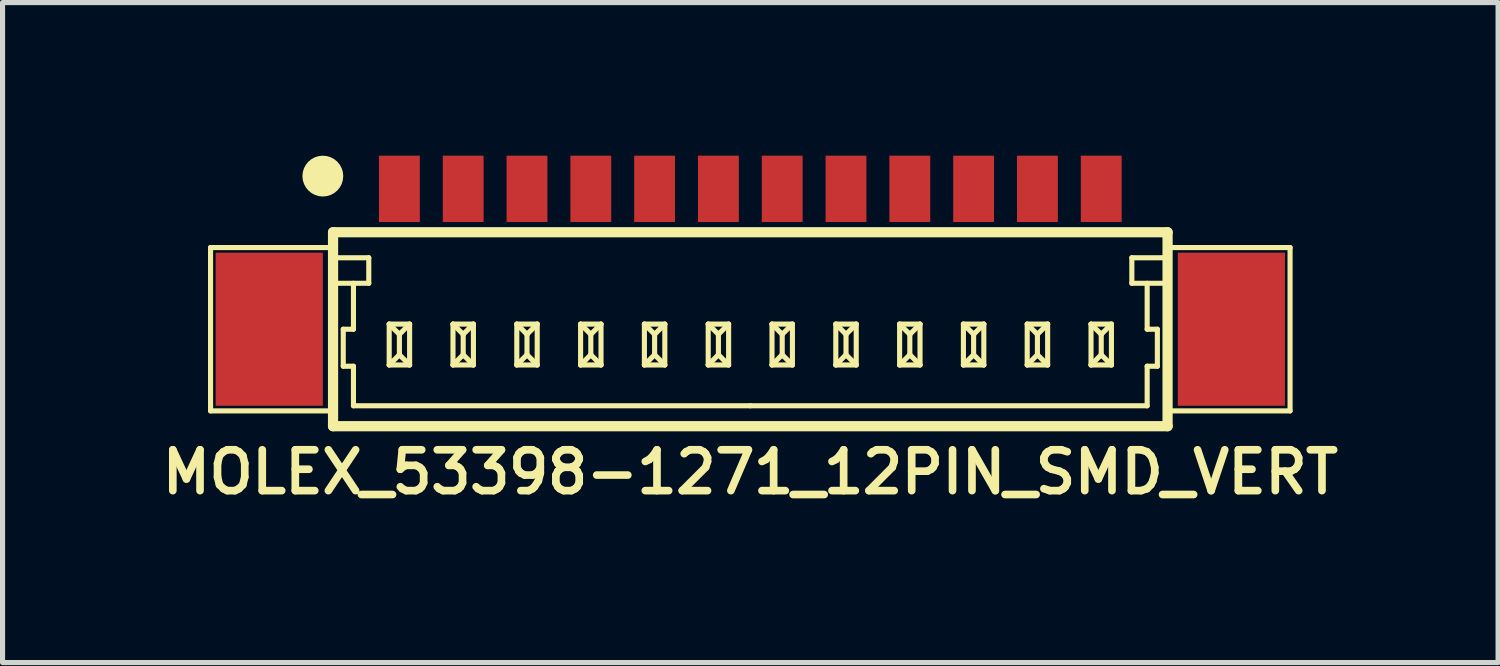
<source format=kicad_pcb>
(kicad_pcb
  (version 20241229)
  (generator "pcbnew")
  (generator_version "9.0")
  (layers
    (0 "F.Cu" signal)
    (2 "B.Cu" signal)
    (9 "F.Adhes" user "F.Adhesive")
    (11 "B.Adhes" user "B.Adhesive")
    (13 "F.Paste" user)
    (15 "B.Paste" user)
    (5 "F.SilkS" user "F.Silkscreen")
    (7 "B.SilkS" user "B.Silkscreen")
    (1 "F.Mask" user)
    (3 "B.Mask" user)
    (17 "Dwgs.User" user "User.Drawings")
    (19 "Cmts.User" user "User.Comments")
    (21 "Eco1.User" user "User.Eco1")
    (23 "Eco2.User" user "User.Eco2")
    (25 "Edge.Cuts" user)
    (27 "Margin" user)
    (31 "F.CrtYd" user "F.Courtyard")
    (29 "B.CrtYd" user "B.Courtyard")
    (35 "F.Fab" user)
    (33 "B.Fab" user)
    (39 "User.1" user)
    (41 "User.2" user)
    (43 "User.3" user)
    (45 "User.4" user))
  (footprint "MOLEX_53398-1271_12PIN_SMD_VERT"
    (layer "F.Cu")
    (at 11.65 3.4)
    (property "Reference" "MOLEX_53398-1271_12PIN_SMD_VERT" (at 0 2.8 0) (layer "F.SilkS") (effects (font (size 0.8 0.8) (thickness 0.15))))
    (attr through_hole)
    (fp_line (start -10.575 -1.6) (end -8.175 -1.6) (stroke (width 0.1) (type solid)) (layer "F.SilkS"))
    (fp_line (start -10.575 1.6) (end -10.575 -1.6) (stroke (width 0.1) (type solid)) (layer "F.SilkS"))
    (fp_line (start -8.175 -1.9) (end -8.175 1.9) (stroke (width 0.2) (type solid)) (layer "F.SilkS"))
    (fp_line (start -8.175 -1.9) (end 8.175 -1.9) (stroke (width 0.2) (type solid)) (layer "F.SilkS"))
    (fp_line (start -8.175 -0.9) (end -7.475 -0.9) (stroke (width 0.1) (type solid)) (layer "F.SilkS"))
    (fp_line (start -8.175 1.6) (end -10.575 1.6) (stroke (width 0.1) (type solid)) (layer "F.SilkS"))
    (fp_line (start -8.175 1.9) (end 8.175 1.9) (stroke (width 0.2) (type solid)) (layer "F.SilkS"))
    (fp_line (start -7.975 0) (end -7.775 0) (stroke (width 0.1) (type solid)) (layer "F.SilkS"))
    (fp_line (start -7.975 0.725) (end -7.975 0) (stroke (width 0.1) (type solid)) (layer "F.SilkS"))
    (fp_line (start -7.775 0) (end -7.775 -0.9) (stroke (width 0.1) (type solid)) (layer "F.SilkS"))
    (fp_line (start -7.775 0.725) (end -7.975 0.725) (stroke (width 0.1) (type solid)) (layer "F.SilkS"))
    (fp_line (start -7.775 1.5) (end -7.775 0.725) (stroke (width 0.1) (type solid)) (layer "F.SilkS"))
    (fp_line (start -7.475 -1.4) (end -8.175 -1.4) (stroke (width 0.1) (type solid)) (layer "F.SilkS"))
    (fp_line (start -7.475 -0.9) (end -7.475 -1.4) (stroke (width 0.1) (type solid)) (layer "F.SilkS"))
    (fp_line (start -7.075 -0.1) (end -7.075 0.7) (stroke (width 0.1) (type solid)) (layer "F.SilkS"))
    (fp_line (start -7.075 -0.1) (end -6.875 0.1) (stroke (width 0.1) (type solid)) (layer "F.SilkS"))
    (fp_line (start -7.075 -0.1) (end -6.675 -0.1) (stroke (width 0.1) (type solid)) (layer "F.SilkS"))
    (fp_line (start -7.075 0.7) (end -6.875 0.5) (stroke (width 0.1) (type solid)) (layer "F.SilkS"))
    (fp_line (start -7.075 0.7) (end -6.675 0.7) (stroke (width 0.1) (type solid)) (layer "F.SilkS"))
    (fp_line (start -6.875 0.1) (end -6.675 -0.1) (stroke (width 0.1) (type solid)) (layer "F.SilkS"))
    (fp_line (start -6.875 0.5) (end -6.875 0.1) (stroke (width 0.1) (type solid)) (layer "F.SilkS"))
    (fp_line (start -6.875 0.5) (end -6.675 0.7) (stroke (width 0.1) (type solid)) (layer "F.SilkS"))
    (fp_line (start -6.675 -0.1) (end -6.675 0.7) (stroke (width 0.1) (type solid)) (layer "F.SilkS"))
    (fp_line (start -5.825 -0.1) (end -5.825 0.7) (stroke (width 0.1) (type solid)) (layer "F.SilkS"))
    (fp_line (start -5.825 -0.1) (end -5.625 0.1) (stroke (width 0.1) (type solid)) (layer "F.SilkS"))
    (fp_line (start -5.825 -0.1) (end -5.425 -0.1) (stroke (width 0.1) (type solid)) (layer "F.SilkS"))
    (fp_line (start -5.825 0.7) (end -5.625 0.5) (stroke (width 0.1) (type solid)) (layer "F.SilkS"))
    (fp_line (start -5.825 0.7) (end -5.425 0.7) (stroke (width 0.1) (type solid)) (layer "F.SilkS"))
    (fp_line (start -5.625 0.1) (end -5.425 -0.1) (stroke (width 0.1) (type solid)) (layer "F.SilkS"))
    (fp_line (start -5.625 0.5) (end -5.625 0.1) (stroke (width 0.1) (type solid)) (layer "F.SilkS"))
    (fp_line (start -5.625 0.5) (end -5.425 0.7) (stroke (width 0.1) (type solid)) (layer "F.SilkS"))
    (fp_line (start -5.425 -0.1) (end -5.425 0.7) (stroke (width 0.1) (type solid)) (layer "F.SilkS"))
    (fp_line (start -4.575 -0.1) (end -4.575 0.7) (stroke (width 0.1) (type solid)) (layer "F.SilkS"))
    (fp_line (start -4.575 -0.1) (end -4.375 0.1) (stroke (width 0.1) (type solid)) (layer "F.SilkS"))
    (fp_line (start -4.575 -0.1) (end -4.175 -0.1) (stroke (width 0.1) (type solid)) (layer "F.SilkS"))
    (fp_line (start -4.575 0.7) (end -4.375 0.5) (stroke (width 0.1) (type solid)) (layer "F.SilkS"))
    (fp_line (start -4.575 0.7) (end -4.175 0.7) (stroke (width 0.1) (type solid)) (layer "F.SilkS"))
    (fp_line (start -4.375 0.1) (end -4.175 -0.1) (stroke (width 0.1) (type solid)) (layer "F.SilkS"))
    (fp_line (start -4.375 0.5) (end -4.375 0.1) (stroke (width 0.1) (type solid)) (layer "F.SilkS"))
    (fp_line (start -4.375 0.5) (end -4.175 0.7) (stroke (width 0.1) (type solid)) (layer "F.SilkS"))
    (fp_line (start -4.175 -0.1) (end -4.175 0.7) (stroke (width 0.1) (type solid)) (layer "F.SilkS"))
    (fp_line (start -3.325 -0.1) (end -3.325 0.7) (stroke (width 0.1) (type solid)) (layer "F.SilkS"))
    (fp_line (start -3.325 -0.1) (end -3.125 0.1) (stroke (width 0.1) (type solid)) (layer "F.SilkS"))
    (fp_line (start -3.325 -0.1) (end -2.925 -0.1) (stroke (width 0.1) (type solid)) (layer "F.SilkS"))
    (fp_line (start -3.325 0.7) (end -3.125 0.5) (stroke (width 0.1) (type solid)) (layer "F.SilkS"))
    (fp_line (start -3.325 0.7) (end -2.925 0.7) (stroke (width 0.1) (type solid)) (layer "F.SilkS"))
    (fp_line (start -3.125 0.1) (end -2.925 -0.1) (stroke (width 0.1) (type solid)) (layer "F.SilkS"))
    (fp_line (start -3.125 0.5) (end -3.125 0.1) (stroke (width 0.1) (type solid)) (layer "F.SilkS"))
    (fp_line (start -3.125 0.5) (end -2.925 0.7) (stroke (width 0.1) (type solid)) (layer "F.SilkS"))
    (fp_line (start -2.925 -0.1) (end -2.925 0.7) (stroke (width 0.1) (type solid)) (layer "F.SilkS"))
    (fp_line (start -2.075 -0.1) (end -2.075 0.7) (stroke (width 0.1) (type solid)) (layer "F.SilkS"))
    (fp_line (start -2.075 -0.1) (end -1.875 0.1) (stroke (width 0.1) (type solid)) (layer "F.SilkS"))
    (fp_line (start -2.075 -0.1) (end -1.675 -0.1) (stroke (width 0.1) (type solid)) (layer "F.SilkS"))
    (fp_line (start -2.075 0.7) (end -1.875 0.5) (stroke (width 0.1) (type solid)) (layer "F.SilkS"))
    (fp_line (start -2.075 0.7) (end -1.675 0.7) (stroke (width 0.1) (type solid)) (layer "F.SilkS"))
    (fp_line (start -1.875 0.1) (end -1.675 -0.1) (stroke (width 0.1) (type solid)) (layer "F.SilkS"))
    (fp_line (start -1.875 0.5) (end -1.875 0.1) (stroke (width 0.1) (type solid)) (layer "F.SilkS"))
    (fp_line (start -1.875 0.5) (end -1.675 0.7) (stroke (width 0.1) (type solid)) (layer "F.SilkS"))
    (fp_line (start -1.675 -0.1) (end -1.675 0.7) (stroke (width 0.1) (type solid)) (layer "F.SilkS"))
    (fp_line (start -0.825 -0.1) (end -0.825 0.7) (stroke (width 0.1) (type solid)) (layer "F.SilkS"))
    (fp_line (start -0.825 -0.1) (end -0.625 0.1) (stroke (width 0.1) (type solid)) (layer "F.SilkS"))
    (fp_line (start -0.825 -0.1) (end -0.425 -0.1) (stroke (width 0.1) (type solid)) (layer "F.SilkS"))
    (fp_line (start -0.825 0.7) (end -0.625 0.5) (stroke (width 0.1) (type solid)) (layer "F.SilkS"))
    (fp_line (start -0.825 0.7) (end -0.425 0.7) (stroke (width 0.1) (type solid)) (layer "F.SilkS"))
    (fp_line (start -0.625 0.1) (end -0.425 -0.1) (stroke (width 0.1) (type solid)) (layer "F.SilkS"))
    (fp_line (start -0.625 0.5) (end -0.625 0.1) (stroke (width 0.1) (type solid)) (layer "F.SilkS"))
    (fp_line (start -0.625 0.5) (end -0.425 0.7) (stroke (width 0.1) (type solid)) (layer "F.SilkS"))
    (fp_line (start -0.425 -0.1) (end -0.425 0.7) (stroke (width 0.1) (type solid)) (layer "F.SilkS"))
    (fp_line (start 0 1.5) (end -7.775 1.5) (stroke (width 0.1) (type solid)) (layer "F.SilkS"))
    (fp_line (start 0 1.5) (end 7.775 1.5) (stroke (width 0.1) (type solid)) (layer "F.SilkS"))
    (fp_line (start 0.425 -0.1) (end 0.425 0.7) (stroke (width 0.1) (type solid)) (layer "F.SilkS"))
    (fp_line (start 0.425 -0.1) (end 0.625 0.1) (stroke (width 0.1) (type solid)) (layer "F.SilkS"))
    (fp_line (start 0.425 -0.1) (end 0.825 -0.1) (stroke (width 0.1) (type solid)) (layer "F.SilkS"))
    (fp_line (start 0.425 0.7) (end 0.625 0.5) (stroke (width 0.1) (type solid)) (layer "F.SilkS"))
    (fp_line (start 0.425 0.7) (end 0.825 0.7) (stroke (width 0.1) (type solid)) (layer "F.SilkS"))
    (fp_line (start 0.625 0.1) (end 0.825 -0.1) (stroke (width 0.1) (type solid)) (layer "F.SilkS"))
    (fp_line (start 0.625 0.5) (end 0.625 0.1) (stroke (width 0.1) (type solid)) (layer "F.SilkS"))
    (fp_line (start 0.625 0.5) (end 0.825 0.7) (stroke (width 0.1) (type solid)) (layer "F.SilkS"))
    (fp_line (start 0.825 -0.1) (end 0.825 0.7) (stroke (width 0.1) (type solid)) (layer "F.SilkS"))
    (fp_line (start 1.675 -0.1) (end 1.675 0.7) (stroke (width 0.1) (type solid)) (layer "F.SilkS"))
    (fp_line (start 1.675 -0.1) (end 1.875 0.1) (stroke (width 0.1) (type solid)) (layer "F.SilkS"))
    (fp_line (start 1.675 -0.1) (end 2.075 -0.1) (stroke (width 0.1) (type solid)) (layer "F.SilkS"))
    (fp_line (start 1.675 0.7) (end 1.875 0.5) (stroke (width 0.1) (type solid)) (layer "F.SilkS"))
    (fp_line (start 1.675 0.7) (end 2.075 0.7) (stroke (width 0.1) (type solid)) (layer "F.SilkS"))
    (fp_line (start 1.875 0.1) (end 2.075 -0.1) (stroke (width 0.1) (type solid)) (layer "F.SilkS"))
    (fp_line (start 1.875 0.5) (end 1.875 0.1) (stroke (width 0.1) (type solid)) (layer "F.SilkS"))
    (fp_line (start 1.875 0.5) (end 2.075 0.7) (stroke (width 0.1) (type solid)) (layer "F.SilkS"))
    (fp_line (start 2.075 -0.1) (end 2.075 0.7) (stroke (width 0.1) (type solid)) (layer "F.SilkS"))
    (fp_line (start 2.925 -0.1) (end 2.925 0.7) (stroke (width 0.1) (type solid)) (layer "F.SilkS"))
    (fp_line (start 2.925 -0.1) (end 3.125 0.1) (stroke (width 0.1) (type solid)) (layer "F.SilkS"))
    (fp_line (start 2.925 -0.1) (end 3.325 -0.1) (stroke (width 0.1) (type solid)) (layer "F.SilkS"))
    (fp_line (start 2.925 0.7) (end 3.125 0.5) (stroke (width 0.1) (type solid)) (layer "F.SilkS"))
    (fp_line (start 2.925 0.7) (end 3.325 0.7) (stroke (width 0.1) (type solid)) (layer "F.SilkS"))
    (fp_line (start 3.125 0.1) (end 3.325 -0.1) (stroke (width 0.1) (type solid)) (layer "F.SilkS"))
    (fp_line (start 3.125 0.5) (end 3.125 0.1) (stroke (width 0.1) (type solid)) (layer "F.SilkS"))
    (fp_line (start 3.125 0.5) (end 3.325 0.7) (stroke (width 0.1) (type solid)) (layer "F.SilkS"))
    (fp_line (start 3.325 -0.1) (end 3.325 0.7) (stroke (width 0.1) (type solid)) (layer "F.SilkS"))
    (fp_line (start 4.175 -0.1) (end 4.175 0.7) (stroke (width 0.1) (type solid)) (layer "F.SilkS"))
    (fp_line (start 4.175 -0.1) (end 4.375 0.1) (stroke (width 0.1) (type solid)) (layer "F.SilkS"))
    (fp_line (start 4.175 -0.1) (end 4.575 -0.1) (stroke (width 0.1) (type solid)) (layer "F.SilkS"))
    (fp_line (start 4.175 0.7) (end 4.375 0.5) (stroke (width 0.1) (type solid)) (layer "F.SilkS"))
    (fp_line (start 4.175 0.7) (end 4.575 0.7) (stroke (width 0.1) (type solid)) (layer "F.SilkS"))
    (fp_line (start 4.375 0.1) (end 4.575 -0.1) (stroke (width 0.1) (type solid)) (layer "F.SilkS"))
    (fp_line (start 4.375 0.5) (end 4.375 0.1) (stroke (width 0.1) (type solid)) (layer "F.SilkS"))
    (fp_line (start 4.375 0.5) (end 4.575 0.7) (stroke (width 0.1) (type solid)) (layer "F.SilkS"))
    (fp_line (start 4.575 -0.1) (end 4.575 0.7) (stroke (width 0.1) (type solid)) (layer "F.SilkS"))
    (fp_line (start 5.425 -0.1) (end 5.425 0.7) (stroke (width 0.1) (type solid)) (layer "F.SilkS"))
    (fp_line (start 5.425 -0.1) (end 5.625 0.1) (stroke (width 0.1) (type solid)) (layer "F.SilkS"))
    (fp_line (start 5.425 -0.1) (end 5.825 -0.1) (stroke (width 0.1) (type solid)) (layer "F.SilkS"))
    (fp_line (start 5.425 0.7) (end 5.625 0.5) (stroke (width 0.1) (type solid)) (layer "F.SilkS"))
    (fp_line (start 5.425 0.7) (end 5.825 0.7) (stroke (width 0.1) (type solid)) (layer "F.SilkS"))
    (fp_line (start 5.625 0.1) (end 5.825 -0.1) (stroke (width 0.1) (type solid)) (layer "F.SilkS"))
    (fp_line (start 5.625 0.5) (end 5.625 0.1) (stroke (width 0.1) (type solid)) (layer "F.SilkS"))
    (fp_line (start 5.625 0.5) (end 5.825 0.7) (stroke (width 0.1) (type solid)) (layer "F.SilkS"))
    (fp_line (start 5.825 -0.1) (end 5.825 0.7) (stroke (width 0.1) (type solid)) (layer "F.SilkS"))
    (fp_line (start 6.675 -0.1) (end 6.675 0.7) (stroke (width 0.1) (type solid)) (layer "F.SilkS"))
    (fp_line (start 6.675 -0.1) (end 6.875 0.1) (stroke (width 0.1) (type solid)) (layer "F.SilkS"))
    (fp_line (start 6.675 -0.1) (end 7.075 -0.1) (stroke (width 0.1) (type solid)) (layer "F.SilkS"))
    (fp_line (start 6.675 0.7) (end 6.875 0.5) (stroke (width 0.1) (type solid)) (layer "F.SilkS"))
    (fp_line (start 6.675 0.7) (end 7.075 0.7) (stroke (width 0.1) (type solid)) (layer "F.SilkS"))
    (fp_line (start 6.875 0.1) (end 7.075 -0.1) (stroke (width 0.1) (type solid)) (layer "F.SilkS"))
    (fp_line (start 6.875 0.5) (end 6.875 0.1) (stroke (width 0.1) (type solid)) (layer "F.SilkS"))
    (fp_line (start 6.875 0.5) (end 7.075 0.7) (stroke (width 0.1) (type solid)) (layer "F.SilkS"))
    (fp_line (start 7.075 -0.1) (end 7.075 0.7) (stroke (width 0.1) (type solid)) (layer "F.SilkS"))
    (fp_line (start 7.475 -1.4) (end 8.175 -1.4) (stroke (width 0.1) (type solid)) (layer "F.SilkS"))
    (fp_line (start 7.475 -0.9) (end 7.475 -1.4) (stroke (width 0.1) (type solid)) (layer "F.SilkS"))
    (fp_line (start 7.775 0) (end 7.775 -0.9) (stroke (width 0.1) (type solid)) (layer "F.SilkS"))
    (fp_line (start 7.775 0.725) (end 7.975 0.725) (stroke (width 0.1) (type solid)) (layer "F.SilkS"))
    (fp_line (start 7.775 1.5) (end 7.775 0.725) (stroke (width 0.1) (type solid)) (layer "F.SilkS"))
    (fp_line (start 7.975 0) (end 7.775 0) (stroke (width 0.1) (type solid)) (layer "F.SilkS"))
    (fp_line (start 7.975 0.725) (end 7.975 0) (stroke (width 0.1) (type solid)) (layer "F.SilkS"))
    (fp_line (start 8.175 -1.9) (end 8.175 1.9) (stroke (width 0.2) (type solid)) (layer "F.SilkS"))
    (fp_line (start 8.175 -0.9) (end 7.475 -0.9) (stroke (width 0.1) (type solid)) (layer "F.SilkS"))
    (fp_line (start 8.175 1.6) (end 10.575 1.6) (stroke (width 0.1) (type solid)) (layer "F.SilkS"))
    (fp_line (start 10.575 -1.6) (end 8.175 -1.6) (stroke (width 0.1) (type solid)) (layer "F.SilkS"))
    (fp_line (start 10.575 1.6) (end 10.575 -1.6) (stroke (width 0.1) (type solid)) (layer "F.SilkS"))
    (fp_circle (center -8.375 -3) (end -8.375 -2.8) (stroke (width 0.4) (type solid)) (fill no) (layer "F.SilkS"))
    (pad "" smd rect (at -9.425 0) (size 2.1 3) (layers "F.Cu" "F.Mask"))
    (pad "" smd rect (at 9.425 0) (size 2.1 3) (layers "F.Cu" "F.Mask"))
    (pad "1" smd rect (at -6.875 -2.75) (size 0.8 1.3) (layers "F.Cu" "F.Mask"))
    (pad "2" smd rect (at -5.625 -2.75) (size 0.8 1.3) (layers "F.Cu" "F.Mask"))
    (pad "3" smd rect (at -4.375 -2.75) (size 0.8 1.3) (layers "F.Cu" "F.Mask"))
    (pad "4" smd rect (at -3.125 -2.75) (size 0.8 1.3) (layers "F.Cu" "F.Mask"))
    (pad "5" smd rect (at -1.875 -2.75) (size 0.8 1.3) (layers "F.Cu" "F.Mask"))
    (pad "6" smd rect (at -0.625 -2.75) (size 0.8 1.3) (layers "F.Cu" "F.Mask"))
    (pad "7" smd rect (at 0.625 -2.75) (size 0.8 1.3) (layers "F.Cu" "F.Mask"))
    (pad "8" smd rect (at 1.875 -2.75) (size 0.8 1.3) (layers "F.Cu" "F.Mask"))
    (pad "9" smd rect (at 3.125 -2.75) (size 0.8 1.3) (layers "F.Cu" "F.Mask"))
    (pad "10" smd rect (at 4.375 -2.75) (size 0.8 1.3) (layers "F.Cu" "F.Mask"))
    (pad "11" smd rect (at 5.625 -2.75) (size 0.8 1.3) (layers "F.Cu" "F.Mask"))
    (pad "12" smd rect (at 6.875 -2.75) (size 0.8 1.3) (layers "F.Cu" "F.Mask")))
  (gr_rect
    (start -3 -3)
    (end 26.3 9.931)
    (stroke (width 0.1) (type default))
    (fill no)
    (layer "Edge.Cuts")))
</source>
